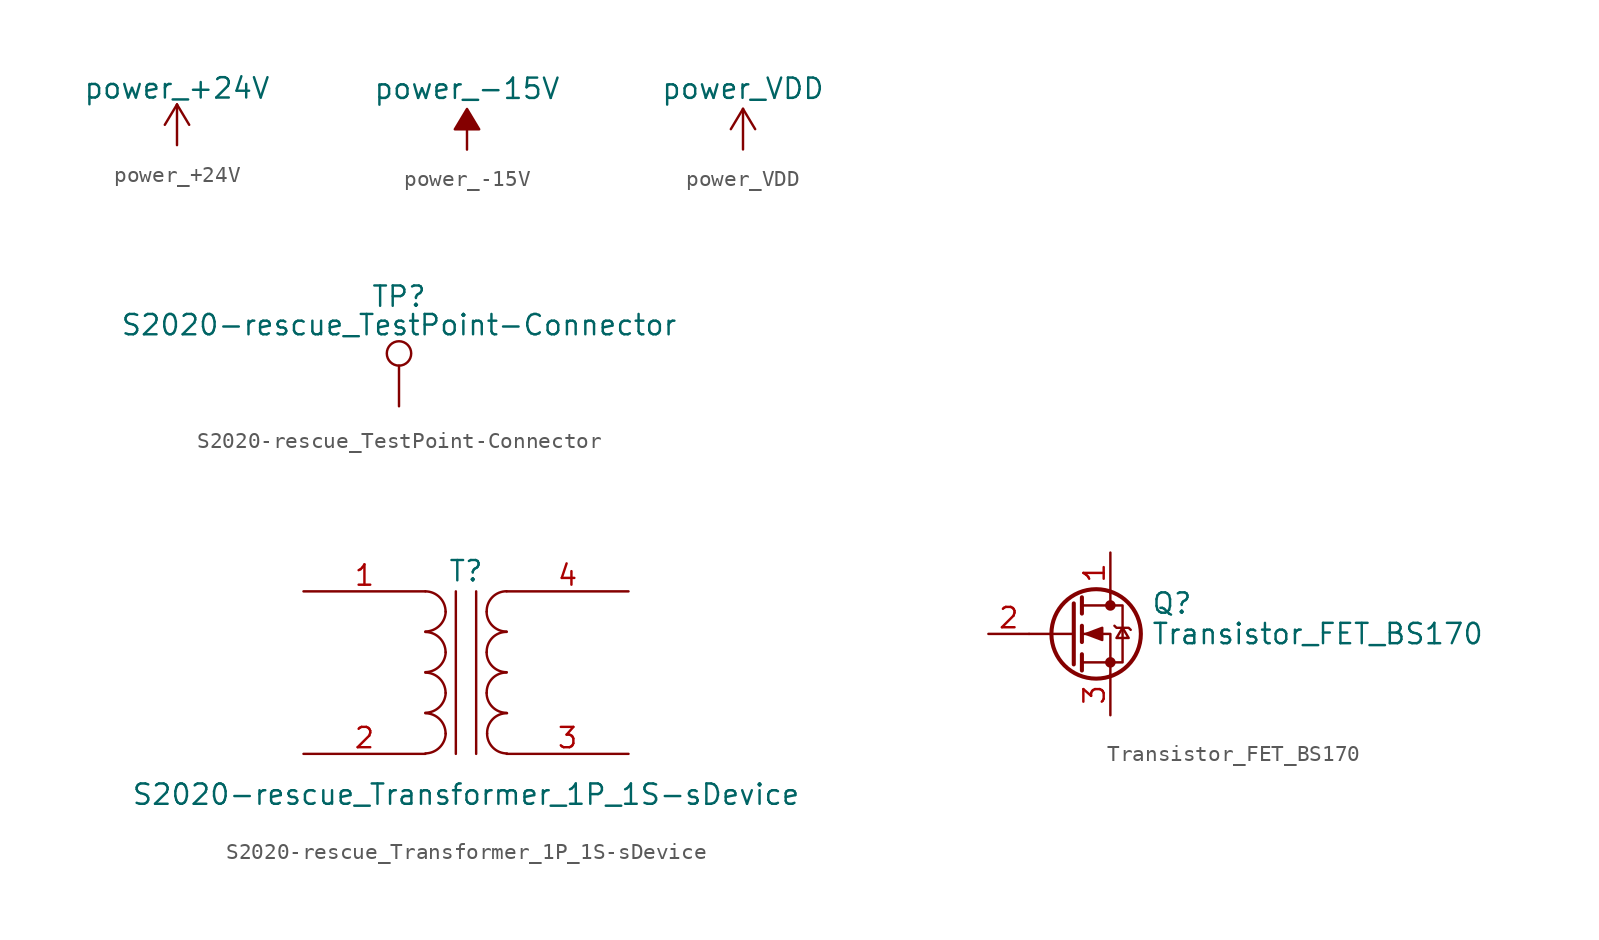
<source format=kicad_sym>
(kicad_symbol_lib
  (version 20220914)
  (generator kicad_symbol_editor)
  (symbol "power_+24V"
    (power)
    (pin_names
      (offset 0))
    (property "Reference" "#PWR"
      (at 0 -3.81 0)
      (effects (font (size 1.27 1.27)) hide))
    (property "Value" "power_+24V"
      (at 0 3.556 0)
      (effects (font (size 1.27 1.27))))
    (symbol "power_+24V_0_1"
      (polyline (pts (xy -0.762 1.27) (xy 0 2.54)) (stroke (width 0) (type solid)) (fill (type none)))
      (polyline (pts (xy 0 0) (xy 0 2.54)) (stroke (width 0) (type solid)) (fill (type none)))
      (polyline (pts (xy 0 2.54) (xy 0.762 1.27)) (stroke (width 0) (type solid)) (fill (type none))))
    (symbol "power_+24V_1_1"
      (pin power_in line (at 0 0 90) (length 0) hide (name "+24V" (effects (font (size 1.27 1.27)))) (number "1" (effects (font (size 1.27 1.27)))))))
  (symbol "power_-15V"
    (power)
    (pin_names
      (offset 0))
    (property "Reference" "#PWR"
      (at 0 2.54 0)
      (effects (font (size 1.27 1.27)) hide))
    (property "Value" "power_-15V"
      (at 0 3.81 0)
      (effects (font (size 1.27 1.27))))
    (symbol "power_-15V_0_0"
      (pin power_in line (at 0 0 90) (length 0) hide (name "-15V" (effects (font (size 1.27 1.27)))) (number "1" (effects (font (size 1.27 1.27))))))
    (symbol "power_-15V_0_1"
      (polyline (pts (xy 0 0) (xy 0 1.27) (xy 0.762 1.27) (xy 0 2.54) (xy -0.762 1.27) (xy 0 1.27)) (stroke (width 0) (type solid)) (fill (type outline)))))
  (symbol "power_VDD"
    (power)
    (pin_names
      (offset 0))
    (property "Reference" "#PWR"
      (at 0 -3.81 0)
      (effects (font (size 1.27 1.27)) hide))
    (property "Value" "power_VDD"
      (at 0 3.81 0)
      (effects (font (size 1.27 1.27))))
    (symbol "power_VDD_0_1"
      (polyline (pts (xy -0.762 1.27) (xy 0 2.54)) (stroke (width 0) (type solid)) (fill (type none)))
      (polyline (pts (xy 0 0) (xy 0 2.54)) (stroke (width 0) (type solid)) (fill (type none)))
      (polyline (pts (xy 0 2.54) (xy 0.762 1.27)) (stroke (width 0) (type solid)) (fill (type none))))
    (symbol "power_VDD_1_1"
      (pin power_in line (at 0 0 90) (length 0) hide (name "VDD" (effects (font (size 1.27 1.27)))) (number "1" (effects (font (size 1.27 1.27)))))))
  (symbol "S2020-rescue_TestPoint-Connector"
    (pin_numbers hide)
    (pin_names
      (offset 0.762) hide)
    (property "Reference" "TP"
      (at 0 6.858 0)
      (effects (font (size 1.27 1.27))))
    (property "Value" "S2020-rescue_TestPoint-Connector"
      (at 0 5.08 0)
      (effects (font (size 1.27 1.27))))
    (symbol "S2020-rescue_TestPoint-Connector_0_1"
      (circle (center 0 3.302) (radius 0.762) (stroke (width 0) (type solid)) (fill (type none))))
    (symbol "S2020-rescue_TestPoint-Connector_1_1"
      (pin passive line (at 0 0 90) (length 2.54) (name "1" (effects (font (size 1.27 1.27)))) (number "1" (effects (font (size 1.27 1.27)))))))
  (symbol "S2020-rescue_Transformer_1P_1S-sDevice"
    (pin_names
      (offset 1.016) hide)
    (property "Reference" "T"
      (at 0 6.35 0)
      (effects (font (size 1.27 1.27))))
    (property "Value" "S2020-rescue_Transformer_1P_1S-sDevice"
      (at 0 -7.62 0)
      (effects (font (size 1.27 1.27))))
    (symbol "S2020-rescue_Transformer_1P_1S-sDevice_0_1"
      (arc (start -2.54 -5.0546) (mid -1.6599 -4.6901) (end -1.27 -3.81) (stroke (width 0) (type solid)) (fill (type none)))
      (arc (start -2.54 -2.5146) (mid -1.6599 -2.1501) (end -1.27 -1.27) (stroke (width 0) (type solid)) (fill (type none)))
      (arc (start -2.54 0.0254) (mid -1.6599 0.3899) (end -1.27 1.27) (stroke (width 0) (type solid)) (fill (type none)))
      (arc (start -2.54 2.5654) (mid -1.6599 2.9299) (end -1.27 3.81) (stroke (width 0) (type solid)) (fill (type none)))
      (arc (start -1.27 -3.81) (mid -1.642 -2.912) (end -2.54 -2.54) (stroke (width 0) (type solid)) (fill (type none)))
      (arc (start -1.27 -1.27) (mid -1.642 -0.372) (end -2.54 0) (stroke (width 0) (type solid)) (fill (type none)))
      (arc (start -1.27 1.27) (mid -1.642 2.168) (end -2.54 2.54) (stroke (width 0) (type solid)) (fill (type none)))
      (arc (start -1.27 3.81) (mid -1.642 4.708) (end -2.54 5.08) (stroke (width 0) (type solid)) (fill (type none)))
      (polyline (pts (xy -0.635 5.08) (xy -0.635 -5.08)) (stroke (width 0) (type solid)) (fill (type none)))
      (polyline (pts (xy 0.635 -5.08) (xy 0.635 5.08)) (stroke (width 0) (type solid)) (fill (type none)))
      (arc (start 1.2954 -1.27) (mid 1.6599 -2.1501) (end 2.54 -2.5146) (stroke (width 0) (type solid)) (fill (type none)))
      (arc (start 1.2954 1.27) (mid 1.6599 0.3899) (end 2.54 0.0254) (stroke (width 0) (type solid)) (fill (type none)))
      (arc (start 1.2954 3.81) (mid 1.6599 2.9299) (end 2.54 2.5654) (stroke (width 0) (type solid)) (fill (type none)))
      (arc (start 1.3208 -3.81) (mid 1.6853 -4.6901) (end 2.5654 -5.0546) (stroke (width 0) (type solid)) (fill (type none)))
      (arc (start 2.54 0) (mid 1.642 -0.372) (end 1.2954 -1.27) (stroke (width 0) (type solid)) (fill (type none)))
      (arc (start 2.54 2.54) (mid 1.642 2.168) (end 1.2954 1.27) (stroke (width 0) (type solid)) (fill (type none)))
      (arc (start 2.54 5.08) (mid 1.642 4.708) (end 1.2954 3.81) (stroke (width 0) (type solid)) (fill (type none)))
      (arc (start 2.5654 -2.54) (mid 1.6674 -2.912) (end 1.3208 -3.81) (stroke (width 0) (type solid)) (fill (type none))))
    (symbol "S2020-rescue_Transformer_1P_1S-sDevice_1_1"
      (pin passive line (at -10.16 5.08 0) (length 7.62) (name "AA" (effects (font (size 1.27 1.27)))) (number "1" (effects (font (size 1.27 1.27)))))
      (pin passive line (at -10.16 -5.08 0) (length 7.62) (name "AB" (effects (font (size 1.27 1.27)))) (number "2" (effects (font (size 1.27 1.27)))))
      (pin passive line (at 10.16 -5.08 180) (length 7.62) (name "SA" (effects (font (size 1.27 1.27)))) (number "3" (effects (font (size 1.27 1.27)))))
      (pin passive line (at 10.16 5.08 180) (length 7.62) (name "SB" (effects (font (size 1.27 1.27)))) (number "4" (effects (font (size 1.27 1.27)))))))
  (symbol "Transistor_FET_BS170"
    (pin_names hide)
    (property "Reference" "Q"
      (at 5.08 1.905 0)
      (effects (font (size 1.27 1.27)) (justify left)))
    (property "Value" "Transistor_FET_BS170"
      (at 5.08 0 0)
      (effects (font (size 1.27 1.27)) (justify left)))
    (symbol "Transistor_FET_BS170_0_1"
      (polyline (pts (xy 0.254 0) (xy -2.54 0)) (stroke (width 0) (type solid)) (fill (type none)))
      (polyline (pts (xy 0.254 1.905) (xy 0.254 -1.905)) (stroke (width 0.254) (type solid)) (fill (type none)))
      (polyline (pts (xy 0.762 -1.27) (xy 0.762 -2.286)) (stroke (width 0.254) (type solid)) (fill (type none)))
      (polyline (pts (xy 0.762 0.508) (xy 0.762 -0.508)) (stroke (width 0.254) (type solid)) (fill (type none)))
      (polyline (pts (xy 0.762 2.286) (xy 0.762 1.27)) (stroke (width 0.254) (type solid)) (fill (type none)))
      (polyline (pts (xy 2.54 2.54) (xy 2.54 1.778)) (stroke (width 0) (type solid)) (fill (type none)))
      (polyline (pts (xy 2.54 -2.54) (xy 2.54 0) (xy 0.762 0)) (stroke (width 0) (type solid)) (fill (type none)))
      (polyline (pts (xy 0.762 -1.778) (xy 3.302 -1.778) (xy 3.302 1.778) (xy 0.762 1.778)) (stroke (width 0) (type solid)) (fill (type none)))
      (polyline (pts (xy 1.016 0) (xy 2.032 0.381) (xy 2.032 -0.381) (xy 1.016 0)) (stroke (width 0) (type solid)) (fill (type outline)))
      (polyline (pts (xy 2.794 0.508) (xy 2.921 0.381) (xy 3.683 0.381) (xy 3.81 0.254)) (stroke (width 0) (type solid)) (fill (type none)))
      (polyline (pts (xy 3.302 0.381) (xy 2.921 -0.254) (xy 3.683 -0.254) (xy 3.302 0.381)) (stroke (width 0) (type solid)) (fill (type none)))
      (circle (center 1.651 0) (radius 2.794) (stroke (width 0.254) (type solid)) (fill (type none)))
      (circle (center 2.54 -1.778) (radius 0.254) (stroke (width 0) (type solid)) (fill (type outline)))
      (circle (center 2.54 1.778) (radius 0.254) (stroke (width 0) (type solid)) (fill (type outline))))
    (symbol "Transistor_FET_BS170_1_1"
      (pin passive line (at 2.54 5.08 270) (length 2.54) (name "D" (effects (font (size 1.27 1.27)))) (number "1" (effects (font (size 1.27 1.27)))))
      (pin input line (at -5.08 0 0) (length 2.54) (name "G" (effects (font (size 1.27 1.27)))) (number "2" (effects (font (size 1.27 1.27)))))
      (pin passive line (at 2.54 -5.08 90) (length 2.54) (name "S" (effects (font (size 1.27 1.27)))) (number "3" (effects (font (size 1.27 1.27))))))))
</source>
